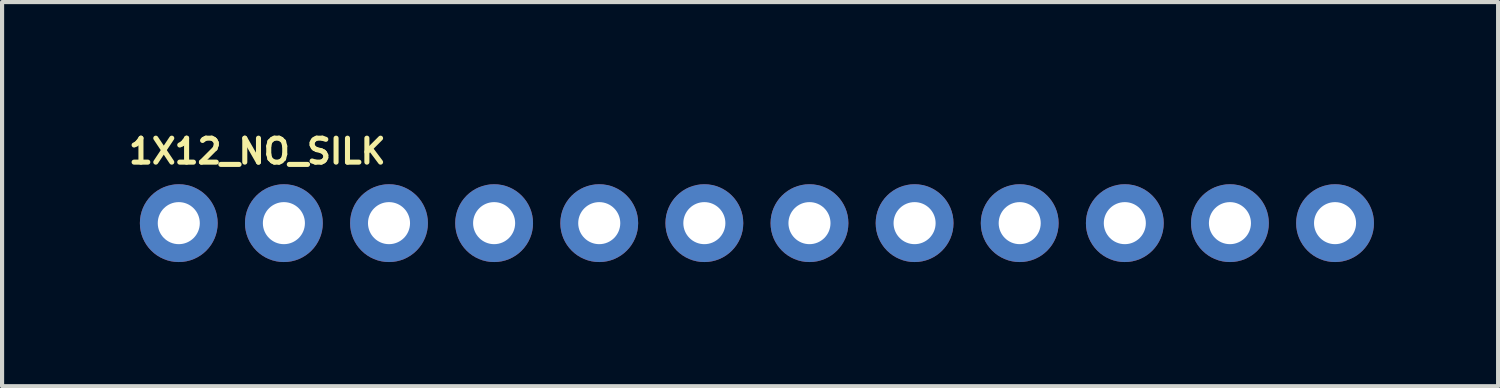
<source format=kicad_pcb>
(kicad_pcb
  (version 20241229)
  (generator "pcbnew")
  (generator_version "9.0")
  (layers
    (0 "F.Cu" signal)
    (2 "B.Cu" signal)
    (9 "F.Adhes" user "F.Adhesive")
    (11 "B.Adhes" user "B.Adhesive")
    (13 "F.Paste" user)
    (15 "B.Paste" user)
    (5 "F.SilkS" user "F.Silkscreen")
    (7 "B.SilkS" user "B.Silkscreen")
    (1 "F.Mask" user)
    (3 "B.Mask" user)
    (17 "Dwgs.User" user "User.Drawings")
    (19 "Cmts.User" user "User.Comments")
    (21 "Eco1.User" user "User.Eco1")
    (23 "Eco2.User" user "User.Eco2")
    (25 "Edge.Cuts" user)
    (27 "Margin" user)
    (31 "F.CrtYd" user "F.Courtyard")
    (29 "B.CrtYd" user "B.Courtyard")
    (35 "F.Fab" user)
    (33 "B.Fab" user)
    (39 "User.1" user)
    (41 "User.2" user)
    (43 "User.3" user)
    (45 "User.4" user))
  (footprint "1X12_NO_SILK"
    (layer "F.Cu")
    (at 1.27 2.342)
    (property "Reference" "1X12_NO_SILK" (at -1.27 -1.397 0) (layer "F.SilkS") (effects (font (size 0.579 0.579) (thickness 0.122)) (justify left bottom)))
    (attr through_hole)
    (pad "1" thru_hole circle (at 0 0 90) (size 1.88 1.88) (drill 1.016) (layers "*.Cu" "*.Mask"))
    (pad "2" thru_hole circle (at 2.54 0 90) (size 1.88 1.88) (drill 1.016) (layers "*.Cu" "*.Mask"))
    (pad "3" thru_hole circle (at 5.08 0 90) (size 1.88 1.88) (drill 1.016) (layers "*.Cu" "*.Mask"))
    (pad "4" thru_hole circle (at 7.62 0 90) (size 1.88 1.88) (drill 1.016) (layers "*.Cu" "*.Mask"))
    (pad "5" thru_hole circle (at 10.16 0 90) (size 1.88 1.88) (drill 1.016) (layers "*.Cu" "*.Mask"))
    (pad "6" thru_hole circle (at 12.7 0 90) (size 1.88 1.88) (drill 1.016) (layers "*.Cu" "*.Mask"))
    (pad "7" thru_hole circle (at 15.24 0 90) (size 1.88 1.88) (drill 1.016) (layers "*.Cu" "*.Mask"))
    (pad "8" thru_hole circle (at 17.78 0 90) (size 1.88 1.88) (drill 1.016) (layers "*.Cu" "*.Mask"))
    (pad "9" thru_hole circle (at 20.32 0 90) (size 1.88 1.88) (drill 1.016) (layers "*.Cu" "*.Mask"))
    (pad "10" thru_hole circle (at 22.86 0 90) (size 1.88 1.88) (drill 1.016) (layers "*.Cu" "*.Mask"))
    (pad "11" thru_hole circle (at 25.4 0 90) (size 1.88 1.88) (drill 1.016) (layers "*.Cu" "*.Mask"))
    (pad "12" thru_hole circle (at 27.94 0 90) (size 1.88 1.88) (drill 1.016) (layers "*.Cu" "*.Mask")))
  (gr_rect
    (start -3 -3)
    (end 33.15 6.282)
    (stroke (width 0.1) (type default))
    (fill no)
    (layer "Edge.Cuts")))
</source>
